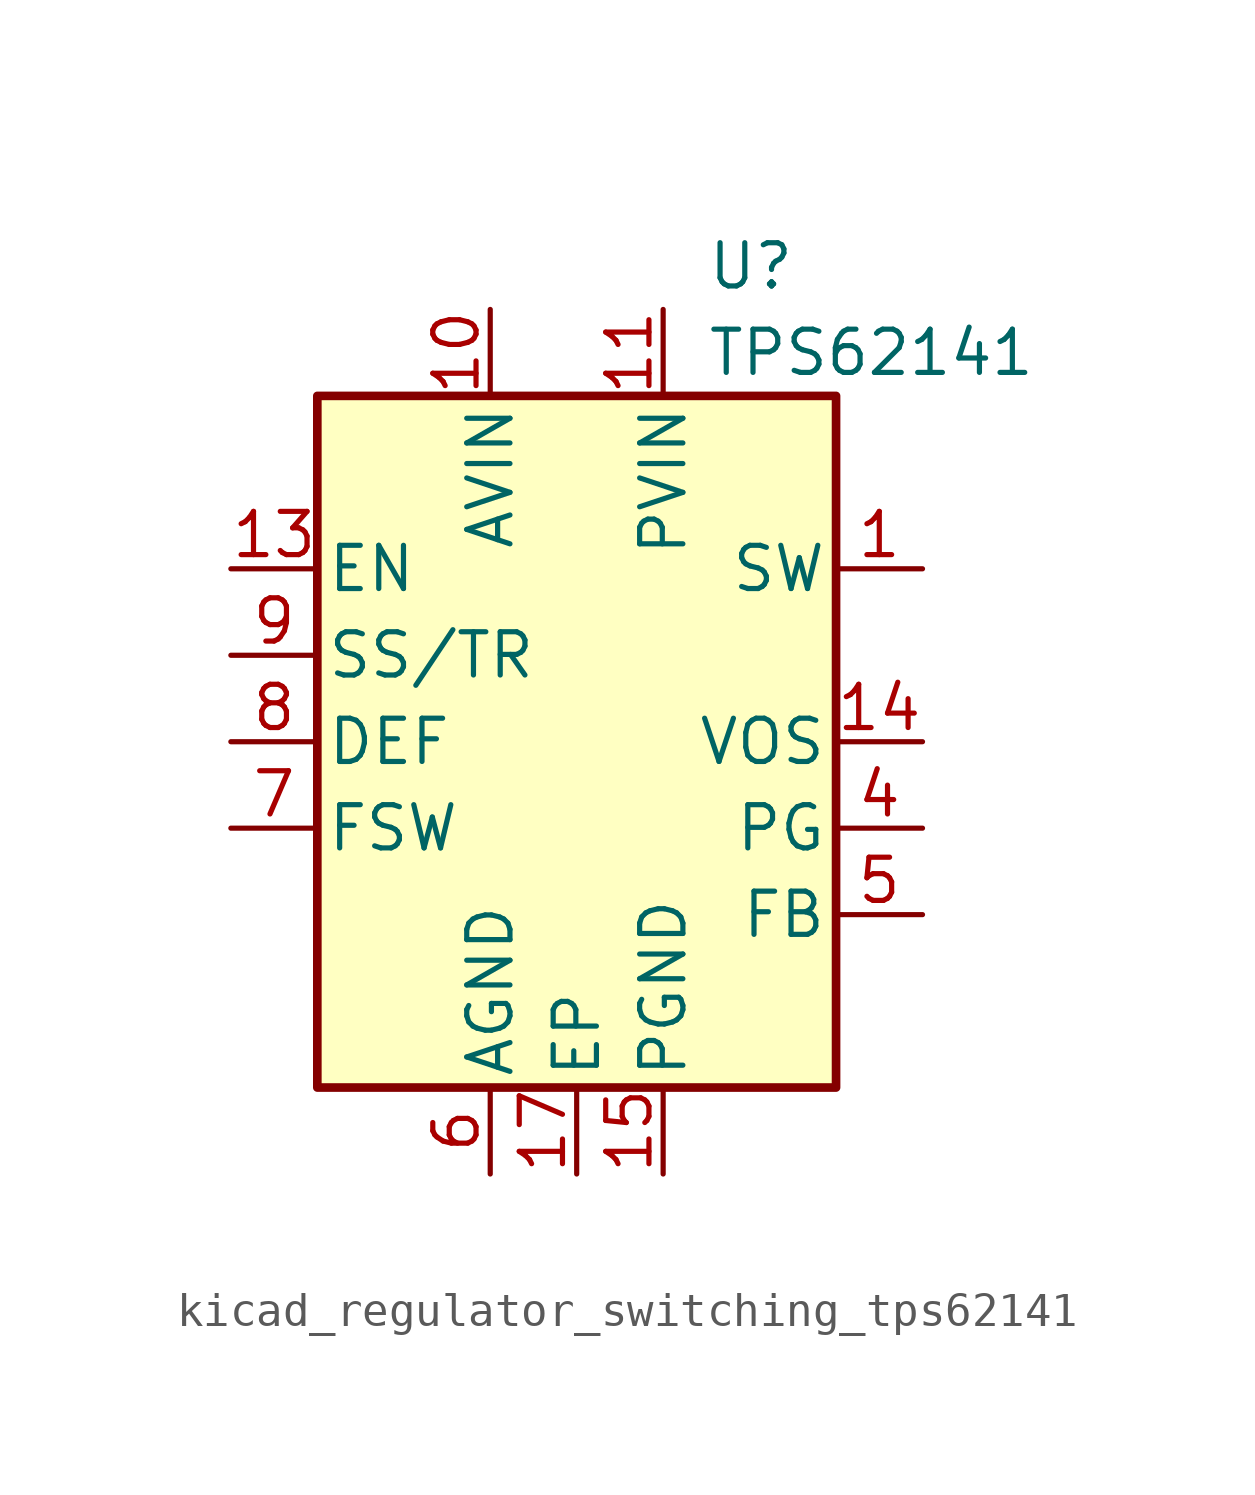
<source format=kicad_sym>
(kicad_symbol_lib
  (version 20220914)
  (generator kicad_symbol_editor)
  (symbol "kicad_regulator_switching_tps62141"
    (pin_names
      (offset 0.254))
    (property "Reference" "U"
      (at 3.81 13.97 0)
      (effects (font (size 1.27 1.27)) (justify left)))
    (property "Value" "TPS62141"
      (at 3.81 11.43 0)
      (effects (font (size 1.27 1.27)) (justify left)))
    (symbol "kicad_regulator_switching_tps62141_0_1"
      (rectangle (start -7.62 10.16) (end 7.62 -10.16) (stroke (width 0.254) (type default)) (fill (type background))))
    (symbol "kicad_regulator_switching_tps62141_1_1"
      (pin output line (at 10.16 5.08 180) (length 2.54) (name "SW" (effects (font (size 1.27 1.27)))) (number "1" (effects (font (size 1.27 1.27)))))
      (pin power_in line (at -2.54 12.7 270) (length 2.54) (name "AVIN" (effects (font (size 1.27 1.27)))) (number "10" (effects (font (size 1.27 1.27)))))
      (pin power_in line (at 2.54 12.7 270) (length 2.54) (name "PVIN" (effects (font (size 1.27 1.27)))) (number "11" (effects (font (size 1.27 1.27)))))
      (pin passive line (at 2.54 12.7 270) (length 2.54) hide (name "PVIN" (effects (font (size 1.27 1.27)))) (number "12" (effects (font (size 1.27 1.27)))))
      (pin input line (at -10.16 5.08 0) (length 2.54) (name "EN" (effects (font (size 1.27 1.27)))) (number "13" (effects (font (size 1.27 1.27)))))
      (pin input line (at 10.16 0 180) (length 2.54) (name "VOS" (effects (font (size 1.27 1.27)))) (number "14" (effects (font (size 1.27 1.27)))))
      (pin power_in line (at 2.54 -12.7 90) (length 2.54) (name "PGND" (effects (font (size 1.27 1.27)))) (number "15" (effects (font (size 1.27 1.27)))))
      (pin passive line (at 2.54 -12.7 90) (length 2.54) hide (name "PGND" (effects (font (size 1.27 1.27)))) (number "16" (effects (font (size 1.27 1.27)))))
      (pin power_in line (at 0 -12.7 90) (length 2.54) (name "EP" (effects (font (size 1.27 1.27)))) (number "17" (effects (font (size 1.27 1.27)))))
      (pin passive line (at 10.16 5.08 180) (length 2.54) hide (name "SW" (effects (font (size 1.27 1.27)))) (number "2" (effects (font (size 1.27 1.27)))))
      (pin passive line (at 10.16 5.08 180) (length 2.54) hide (name "SW" (effects (font (size 1.27 1.27)))) (number "3" (effects (font (size 1.27 1.27)))))
      (pin open_collector line (at 10.16 -2.54 180) (length 2.54) (name "PG" (effects (font (size 1.27 1.27)))) (number "4" (effects (font (size 1.27 1.27)))))
      (pin input line (at 10.16 -5.08 180) (length 2.54) (name "FB" (effects (font (size 1.27 1.27)))) (number "5" (effects (font (size 1.27 1.27)))))
      (pin power_in line (at -2.54 -12.7 90) (length 2.54) (name "AGND" (effects (font (size 1.27 1.27)))) (number "6" (effects (font (size 1.27 1.27)))))
      (pin input line (at -10.16 -2.54 0) (length 2.54) (name "FSW" (effects (font (size 1.27 1.27)))) (number "7" (effects (font (size 1.27 1.27)))))
      (pin input line (at -10.16 0 0) (length 2.54) (name "DEF" (effects (font (size 1.27 1.27)))) (number "8" (effects (font (size 1.27 1.27)))))
      (pin input line (at -10.16 2.54 0) (length 2.54) (name "SS/TR" (effects (font (size 1.27 1.27)))) (number "9" (effects (font (size 1.27 1.27))))))))
</source>
